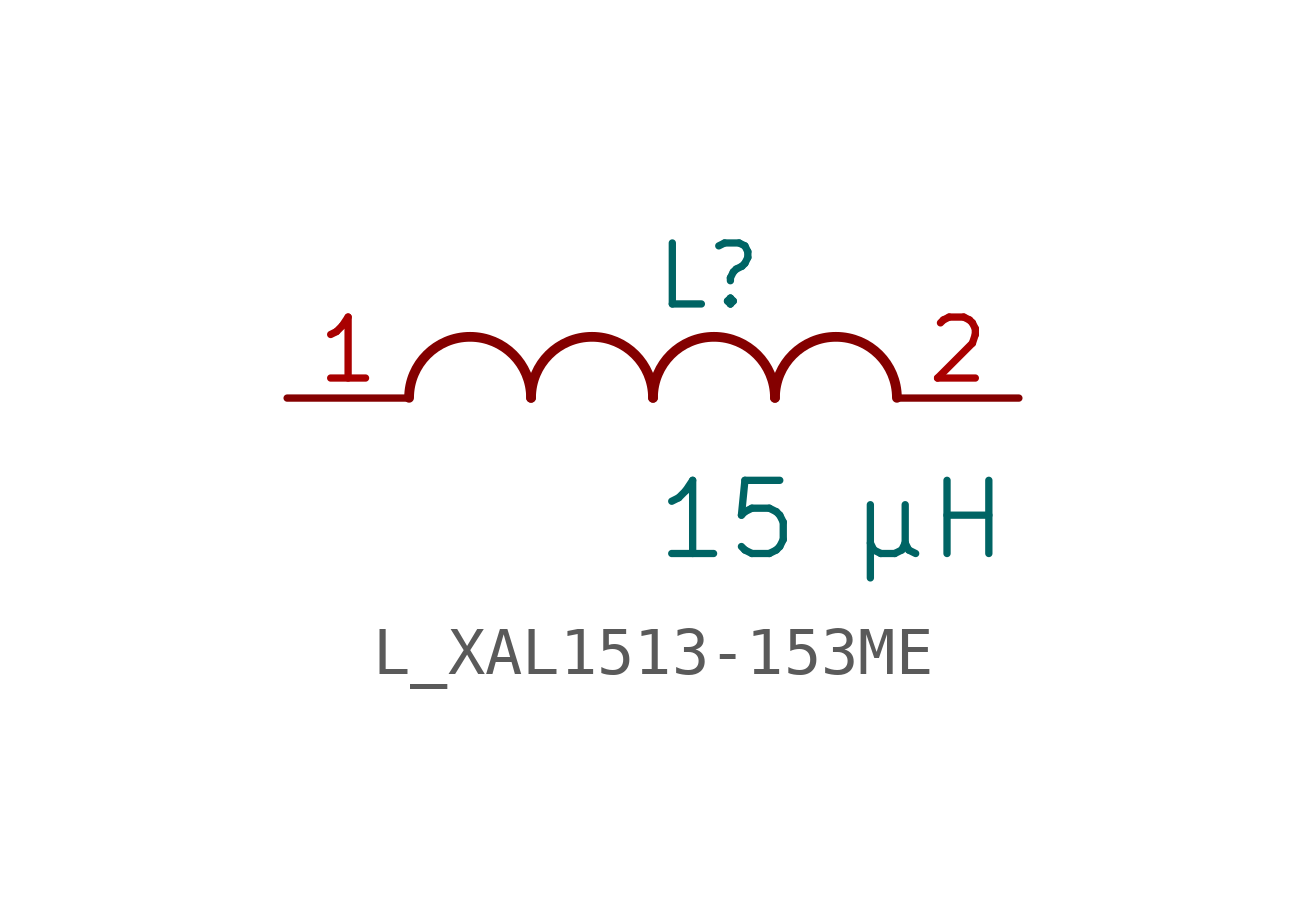
<source format=kicad_sym>
(kicad_symbol_lib
  (version 20231120)
  (generator "kicad_symbol_editor")
  (generator_version "8.0")
  (symbol "L_XAL1513-153ME"
    (pin_names
      (offset 0.254))
    (property "Reference" "L"
      (at 0 2.54 0)
      (effects (font (size 1.27 1.27)) (justify left)))
    (property "Value" "15 µH"
      (at 0 -2.54 0)
      (effects (font (size 1.524 1.524)) (justify left)))
    (symbol "L_XAL1513-153ME_1_1"
      (arc (start -2.54 0.0056) (mid -3.81 1.27) (end -5.08 0.0056) (stroke (width 0.2032) (type default)) (fill (type none)))
      (arc (start 0 0.0056) (mid -1.27 1.27) (end -2.54 0.0056) (stroke (width 0.2032) (type default)) (fill (type none)))
      (arc (start 2.54 0.0056) (mid 1.27 1.27) (end 0 0.0056) (stroke (width 0.2032) (type default)) (fill (type none)))
      (arc (start 5.08 0.0056) (mid 3.81 1.27) (end 2.54 0.0056) (stroke (width 0.2032) (type default)) (fill (type none)))
      (pin unspecified line (at -7.62 0 0) (length 2.54) (name "" (effects (font (size 1.27 1.27)))) (number "1" (effects (font (size 1.27 1.27)))))
      (pin unspecified line (at 7.62 0 180) (length 2.54) (name "" (effects (font (size 1.27 1.27)))) (number "2" (effects (font (size 1.27 1.27))))))))
</source>
